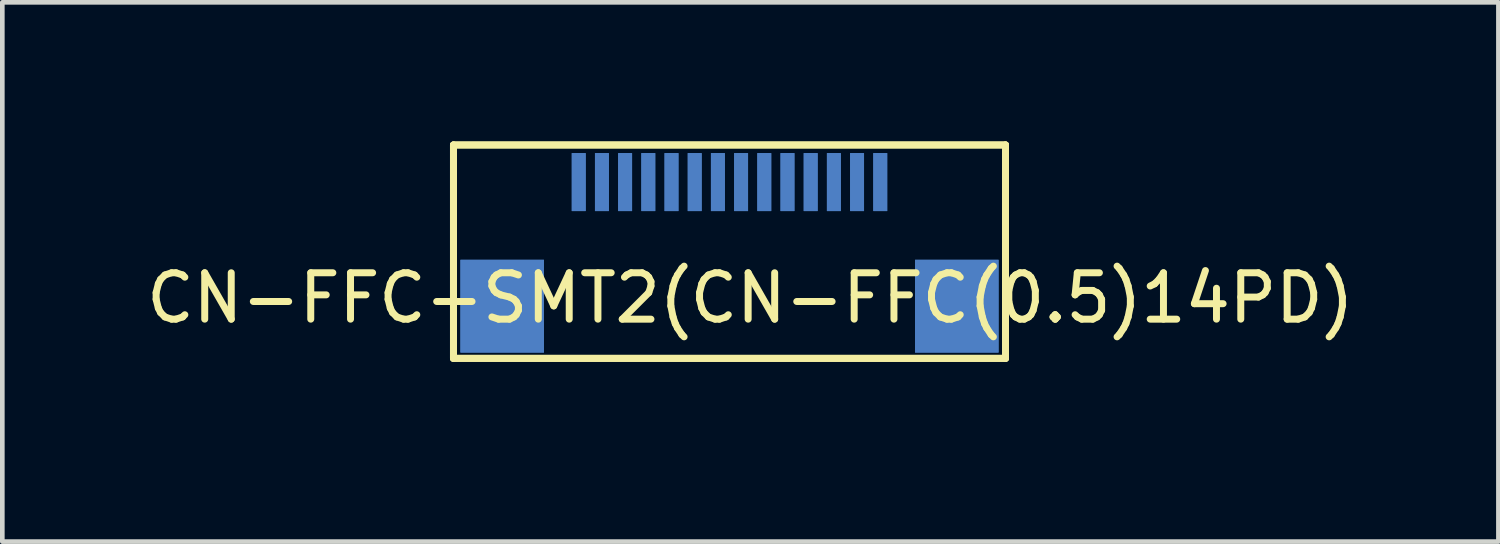
<source format=kicad_pcb>
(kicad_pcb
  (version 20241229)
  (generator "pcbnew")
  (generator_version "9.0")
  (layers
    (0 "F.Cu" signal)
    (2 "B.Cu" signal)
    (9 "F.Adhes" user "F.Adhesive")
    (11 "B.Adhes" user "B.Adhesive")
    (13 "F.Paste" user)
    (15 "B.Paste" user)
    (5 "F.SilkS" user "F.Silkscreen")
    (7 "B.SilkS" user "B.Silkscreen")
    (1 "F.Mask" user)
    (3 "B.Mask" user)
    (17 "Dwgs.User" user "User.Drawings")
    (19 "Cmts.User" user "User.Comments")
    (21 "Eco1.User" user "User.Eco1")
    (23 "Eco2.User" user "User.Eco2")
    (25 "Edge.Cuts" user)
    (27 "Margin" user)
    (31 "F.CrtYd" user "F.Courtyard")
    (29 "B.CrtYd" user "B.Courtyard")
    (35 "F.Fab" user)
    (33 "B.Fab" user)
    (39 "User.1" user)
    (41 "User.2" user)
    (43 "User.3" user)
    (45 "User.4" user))
  (footprint "CN-FFC-SMT2(CN-FFC(0.5)14PD)"
    (layer "F.Cu")
    (at 6.425 5.375)
    (property "Reference" "CN-FFC-SMT2(CN-FFC(0.5)14PD)" (at 6.7 -2 0) (layer "F.SilkS") (effects (font (size 1 1) (thickness 0.15))))
    (attr through_hole)
    (fp_line (start 0.3 -5.3) (end 0.3 -0.7) (stroke (width 0.15) (type solid)) (layer "F.SilkS"))
    (fp_line (start 0.3 -5.3) (end 0.3 -0.7) (stroke (width 0.15) (type solid)) (layer "F.SilkS"))
    (fp_line (start 0.3 -0.7) (end 12.2 -0.7) (stroke (width 0.15) (type solid)) (layer "F.SilkS"))
    (fp_line (start 0.3 -0.7) (end 12.2 -0.7) (stroke (width 0.15) (type solid)) (layer "F.SilkS"))
    (fp_line (start 12.2 -5.3) (end 0.3 -5.3) (stroke (width 0.15) (type solid)) (layer "F.SilkS"))
    (fp_line (start 12.2 -5.3) (end 0.3 -5.3) (stroke (width 0.15) (type solid)) (layer "F.SilkS"))
    (fp_line (start 12.2 -0.7) (end 12.2 -5.3) (stroke (width 0.15) (type solid)) (layer "F.SilkS"))
    (fp_line (start 12.2 -0.7) (end 12.2 -5.3) (stroke (width 0.15) (type solid)) (layer "F.SilkS"))
    (pad "" smd rect (at 1.35 -1.825) (size 1.8 2) (layers "B.Cu" "B.Mask" "B.Paste"))
    (pad "" smd rect (at 1.35 -1.825) (size 1.8 2) (layers "B.Cu" "B.Mask" "B.Paste"))
    (pad "" smd rect (at 11.15 -1.825) (size 1.8 2) (layers "B.Cu" "B.Mask" "B.Paste"))
    (pad "" smd rect (at 11.15 -1.825) (size 1.8 2) (layers "B.Cu" "B.Mask" "B.Paste"))
    (pad "1" smd rect (at 3 -4.5) (size 0.3 1.25) (layers "B.Cu" "B.Mask" "B.Paste"))
    (pad "1" smd rect (at 3 -4.5) (size 0.3 1.25) (layers "B.Cu" "B.Mask" "B.Paste"))
    (pad "2" smd rect (at 3.5 -4.5) (size 0.3 1.25) (layers "B.Cu" "B.Mask" "B.Paste"))
    (pad "2" smd rect (at 3.5 -4.5) (size 0.3 1.25) (layers "B.Cu" "B.Mask" "B.Paste"))
    (pad "3" smd rect (at 4 -4.5) (size 0.3 1.25) (layers "B.Cu" "B.Mask" "B.Paste"))
    (pad "3" smd rect (at 4 -4.5) (size 0.3 1.25) (layers "B.Cu" "B.Mask" "B.Paste"))
    (pad "4" smd rect (at 4.5 -4.5) (size 0.3 1.25) (layers "B.Cu" "B.Mask" "B.Paste"))
    (pad "4" smd rect (at 4.5 -4.5) (size 0.3 1.25) (layers "B.Cu" "B.Mask" "B.Paste"))
    (pad "5" smd rect (at 5 -4.5) (size 0.3 1.25) (layers "B.Cu" "B.Mask" "B.Paste"))
    (pad "5" smd rect (at 5 -4.5) (size 0.3 1.25) (layers "B.Cu" "B.Mask" "B.Paste"))
    (pad "6" smd rect (at 5.5 -4.5) (size 0.3 1.25) (layers "B.Cu" "B.Mask" "B.Paste"))
    (pad "6" smd rect (at 5.5 -4.5) (size 0.3 1.25) (layers "B.Cu" "B.Mask" "B.Paste"))
    (pad "7" smd rect (at 6 -4.5) (size 0.3 1.25) (layers "B.Cu" "B.Mask" "B.Paste"))
    (pad "7" smd rect (at 6 -4.5) (size 0.3 1.25) (layers "B.Cu" "B.Mask" "B.Paste"))
    (pad "8" smd rect (at 6.5 -4.5) (size 0.3 1.25) (layers "B.Cu" "B.Mask" "B.Paste"))
    (pad "8" smd rect (at 6.5 -4.5) (size 0.3 1.25) (layers "B.Cu" "B.Mask" "B.Paste"))
    (pad "9" smd rect (at 7 -4.5) (size 0.3 1.25) (layers "B.Cu" "B.Mask" "B.Paste"))
    (pad "9" smd rect (at 7 -4.5) (size 0.3 1.25) (layers "B.Cu" "B.Mask" "B.Paste"))
    (pad "10" smd rect (at 7.5 -4.5) (size 0.3 1.25) (layers "B.Cu" "B.Mask" "B.Paste"))
    (pad "10" smd rect (at 7.5 -4.5) (size 0.3 1.25) (layers "B.Cu" "B.Mask" "B.Paste"))
    (pad "11" smd rect (at 8 -4.5) (size 0.3 1.25) (layers "B.Cu" "B.Mask" "B.Paste"))
    (pad "11" smd rect (at 8 -4.5) (size 0.3 1.25) (layers "B.Cu" "B.Mask" "B.Paste"))
    (pad "12" smd rect (at 8.5 -4.5) (size 0.3 1.25) (layers "B.Cu" "B.Mask" "B.Paste"))
    (pad "12" smd rect (at 8.5 -4.5) (size 0.3 1.25) (layers "B.Cu" "B.Mask" "B.Paste"))
    (pad "13" smd rect (at 9 -4.5) (size 0.3 1.25) (layers "B.Cu" "B.Mask" "B.Paste"))
    (pad "13" smd rect (at 9 -4.5) (size 0.3 1.25) (layers "B.Cu" "B.Mask" "B.Paste"))
    (pad "14" smd rect (at 9.5 -4.5) (size 0.3 1.25) (layers "B.Cu" "B.Mask" "B.Paste"))
    (pad "14" smd rect (at 9.5 -4.5) (size 0.3 1.25) (layers "B.Cu" "B.Mask" "B.Paste")))
  (gr_rect
    (start -3 -3)
    (end 29.25 8.625)
    (stroke (width 0.1) (type default))
    (fill no)
    (layer "Edge.Cuts")))
</source>
